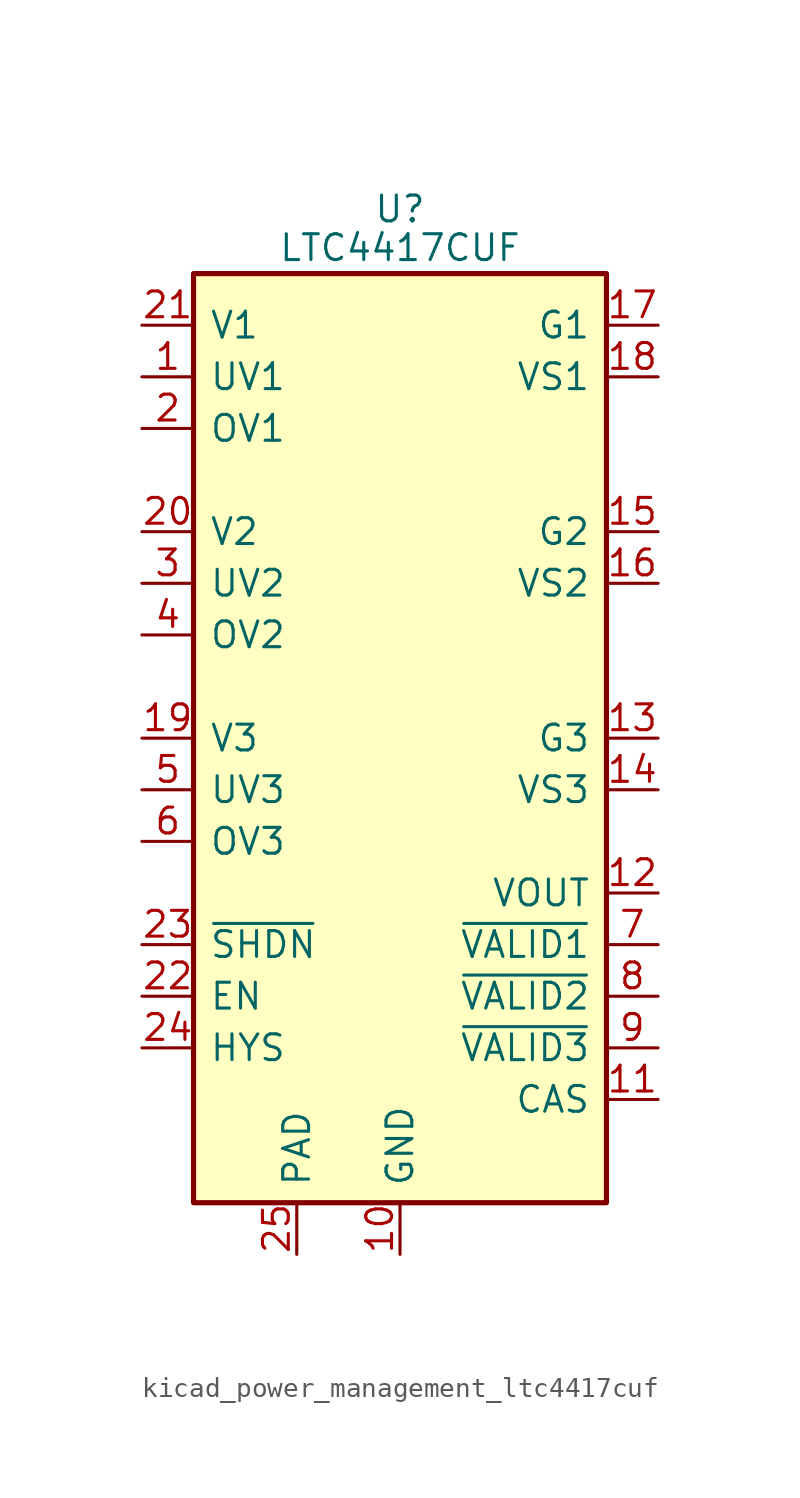
<source format=kicad_sym>
(kicad_symbol_lib
  (version 20220914)
  (generator kicad_symbol_editor)
  (symbol "kicad_power_management_ltc4417cuf"
    (pin_names
      (offset 0.762))
    (property "Reference" "U"
      (at 0 26.035 0)
      (effects (font (size 1.27 1.27))))
    (property "Value" "LTC4417CUF"
      (at 0 24.13 0)
      (effects (font (size 1.27 1.27))))
    (symbol "kicad_power_management_ltc4417cuf_0_1"
      (rectangle (start -10.16 22.86) (end 10.16 -22.86) (stroke (width 0.254) (type default)) (fill (type background))))
    (symbol "kicad_power_management_ltc4417cuf_1_1"
      (pin input line (at -12.7 17.78 0) (length 2.54) (name "UV1" (effects (font (size 1.27 1.27)))) (number "1" (effects (font (size 1.27 1.27)))))
      (pin power_in line (at 0 -25.4 90) (length 2.54) (name "GND" (effects (font (size 1.27 1.27)))) (number "10" (effects (font (size 1.27 1.27)))))
      (pin output line (at 12.7 -17.78 180) (length 2.54) (name "CAS" (effects (font (size 1.27 1.27)))) (number "11" (effects (font (size 1.27 1.27)))))
      (pin output line (at 12.7 -7.62 180) (length 2.54) (name "VOUT" (effects (font (size 1.27 1.27)))) (number "12" (effects (font (size 1.27 1.27)))))
      (pin output line (at 12.7 0 180) (length 2.54) (name "G3" (effects (font (size 1.27 1.27)))) (number "13" (effects (font (size 1.27 1.27)))))
      (pin output line (at 12.7 -2.54 180) (length 2.54) (name "VS3" (effects (font (size 1.27 1.27)))) (number "14" (effects (font (size 1.27 1.27)))))
      (pin output line (at 12.7 10.16 180) (length 2.54) (name "G2" (effects (font (size 1.27 1.27)))) (number "15" (effects (font (size 1.27 1.27)))))
      (pin output line (at 12.7 7.62 180) (length 2.54) (name "VS2" (effects (font (size 1.27 1.27)))) (number "16" (effects (font (size 1.27 1.27)))))
      (pin output line (at 12.7 20.32 180) (length 2.54) (name "G1" (effects (font (size 1.27 1.27)))) (number "17" (effects (font (size 1.27 1.27)))))
      (pin output line (at 12.7 17.78 180) (length 2.54) (name "VS1" (effects (font (size 1.27 1.27)))) (number "18" (effects (font (size 1.27 1.27)))))
      (pin input line (at -12.7 0 0) (length 2.54) (name "V3" (effects (font (size 1.27 1.27)))) (number "19" (effects (font (size 1.27 1.27)))))
      (pin input line (at -12.7 15.24 0) (length 2.54) (name "OV1" (effects (font (size 1.27 1.27)))) (number "2" (effects (font (size 1.27 1.27)))))
      (pin input line (at -12.7 10.16 0) (length 2.54) (name "V2" (effects (font (size 1.27 1.27)))) (number "20" (effects (font (size 1.27 1.27)))))
      (pin input line (at -12.7 20.32 0) (length 2.54) (name "V1" (effects (font (size 1.27 1.27)))) (number "21" (effects (font (size 1.27 1.27)))))
      (pin input line (at -12.7 -12.7 0) (length 2.54) (name "EN" (effects (font (size 1.27 1.27)))) (number "22" (effects (font (size 1.27 1.27)))))
      (pin input line (at -12.7 -10.16 0) (length 2.54) (name "~{SHDN}" (effects (font (size 1.27 1.27)))) (number "23" (effects (font (size 1.27 1.27)))))
      (pin input line (at -12.7 -15.24 0) (length 2.54) (name "HYS" (effects (font (size 1.27 1.27)))) (number "24" (effects (font (size 1.27 1.27)))))
      (pin power_in line (at -5.08 -25.4 90) (length 2.54) (name "PAD" (effects (font (size 1.27 1.27)))) (number "25" (effects (font (size 1.27 1.27)))))
      (pin input line (at -12.7 7.62 0) (length 2.54) (name "UV2" (effects (font (size 1.27 1.27)))) (number "3" (effects (font (size 1.27 1.27)))))
      (pin input line (at -12.7 5.08 0) (length 2.54) (name "OV2" (effects (font (size 1.27 1.27)))) (number "4" (effects (font (size 1.27 1.27)))))
      (pin input line (at -12.7 -2.54 0) (length 2.54) (name "UV3" (effects (font (size 1.27 1.27)))) (number "5" (effects (font (size 1.27 1.27)))))
      (pin input line (at -12.7 -5.08 0) (length 2.54) (name "OV3" (effects (font (size 1.27 1.27)))) (number "6" (effects (font (size 1.27 1.27)))))
      (pin open_collector line (at 12.7 -10.16 180) (length 2.54) (name "~{VALID1}" (effects (font (size 1.27 1.27)))) (number "7" (effects (font (size 1.27 1.27)))))
      (pin open_collector line (at 12.7 -12.7 180) (length 2.54) (name "~{VALID2}" (effects (font (size 1.27 1.27)))) (number "8" (effects (font (size 1.27 1.27)))))
      (pin open_collector line (at 12.7 -15.24 180) (length 2.54) (name "~{VALID3}" (effects (font (size 1.27 1.27)))) (number "9" (effects (font (size 1.27 1.27))))))))
</source>
